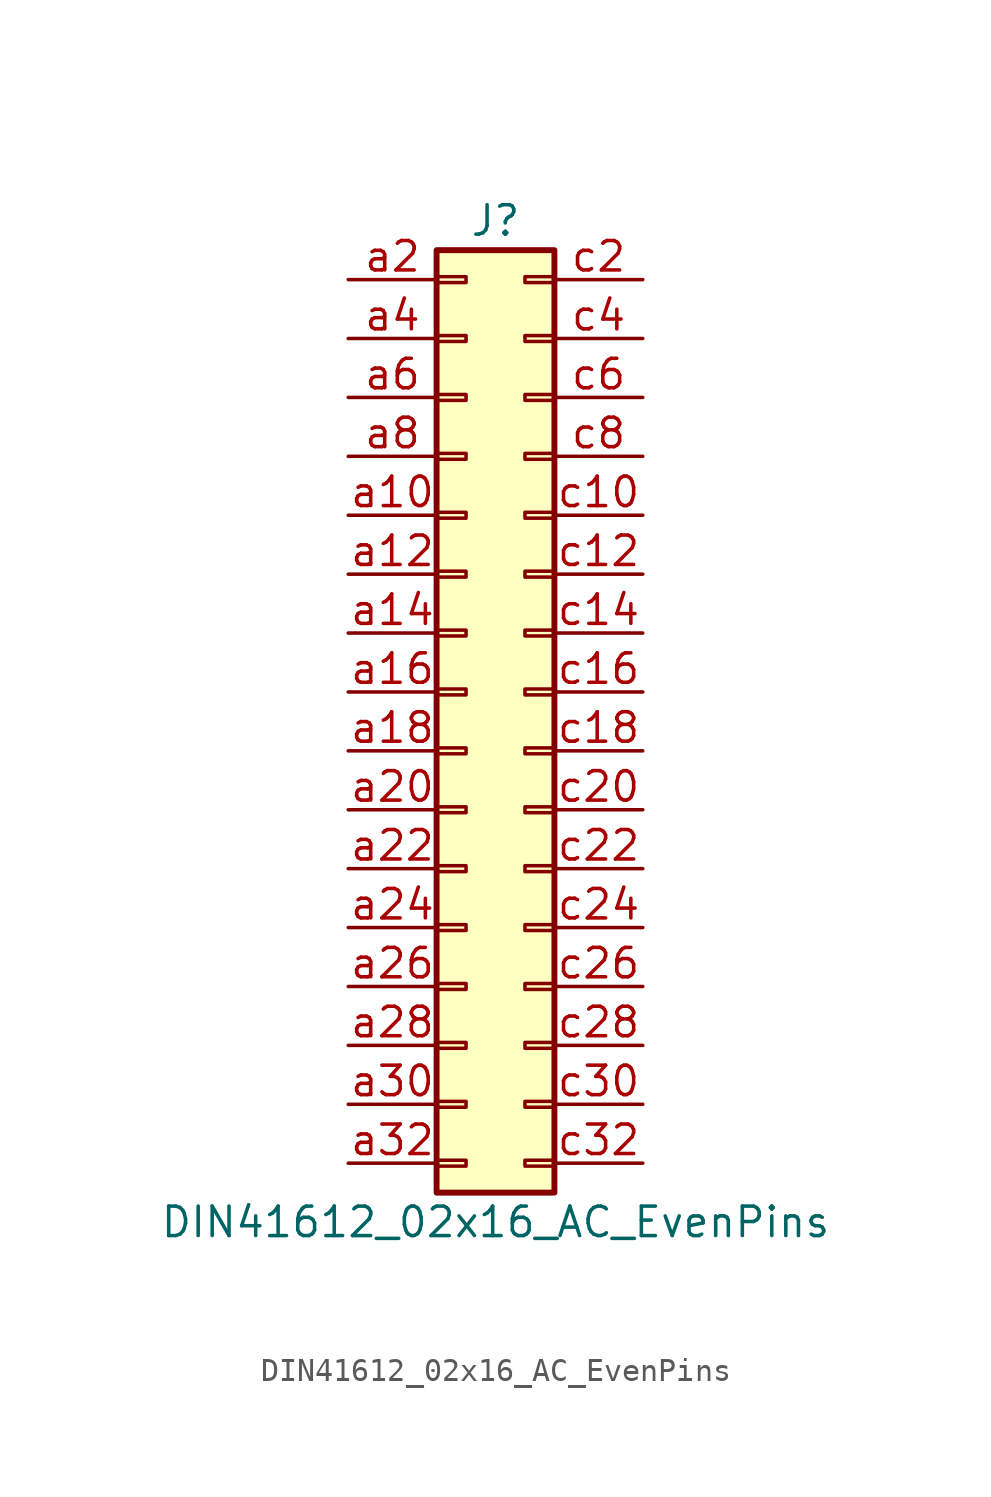
<source format=kicad_sym>
(kicad_symbol_lib
  (version 20201005)
  (generator kicad_symbol_editor)
  (symbol "Connector:DIN41612_02x16_AC_EvenPins"
    (pin_names
      (offset 1.016) hide)
    (property "Reference" "J"
      (at 1.27 20.32 0)
      (effects (font (size 1.27 1.27))))
    (property "Value" "DIN41612_02x16_AC_EvenPins"
      (at 1.27 -22.86 0)
      (effects (font (size 1.27 1.27))))
    (symbol "DIN41612_02x16_AC_EvenPins_1_1"
      (rectangle (start -1.27 -20.193) (end 0 -20.447) (stroke (width 0.152)) (fill (type none)))
      (rectangle (start -1.27 -17.653) (end 0 -17.907) (stroke (width 0.152)) (fill (type none)))
      (rectangle (start -1.27 -15.113) (end 0 -15.367) (stroke (width 0.152)) (fill (type none)))
      (rectangle (start -1.27 -12.573) (end 0 -12.827) (stroke (width 0.152)) (fill (type none)))
      (rectangle (start -1.27 -10.033) (end 0 -10.287) (stroke (width 0.152)) (fill (type none)))
      (rectangle (start -1.27 -7.493) (end 0 -7.747) (stroke (width 0.152)) (fill (type none)))
      (rectangle (start -1.27 -4.953) (end 0 -5.207) (stroke (width 0.152)) (fill (type none)))
      (rectangle (start -1.27 -2.413) (end 0 -2.667) (stroke (width 0.152)) (fill (type none)))
      (rectangle (start -1.27 0.127) (end 0 -0.127) (stroke (width 0.152)) (fill (type none)))
      (rectangle (start -1.27 2.667) (end 0 2.413) (stroke (width 0.152)) (fill (type none)))
      (rectangle (start -1.27 5.207) (end 0 4.953) (stroke (width 0.152)) (fill (type none)))
      (rectangle (start -1.27 7.747) (end 0 7.493) (stroke (width 0.152)) (fill (type none)))
      (rectangle (start -1.27 10.287) (end 0 10.033) (stroke (width 0.152)) (fill (type none)))
      (rectangle (start -1.27 12.827) (end 0 12.573) (stroke (width 0.152)) (fill (type none)))
      (rectangle (start -1.27 15.367) (end 0 15.113) (stroke (width 0.152)) (fill (type none)))
      (rectangle (start -1.27 17.907) (end 0 17.653) (stroke (width 0.152)) (fill (type none)))
      (rectangle (start 3.81 -20.193) (end 2.54 -20.447) (stroke (width 0.152)) (fill (type none)))
      (rectangle (start 3.81 -17.653) (end 2.54 -17.907) (stroke (width 0.152)) (fill (type none)))
      (rectangle (start 3.81 -15.113) (end 2.54 -15.367) (stroke (width 0.152)) (fill (type none)))
      (rectangle (start 3.81 -12.573) (end 2.54 -12.827) (stroke (width 0.152)) (fill (type none)))
      (rectangle (start 3.81 -10.033) (end 2.54 -10.287) (stroke (width 0.152)) (fill (type none)))
      (rectangle (start 3.81 -7.493) (end 2.54 -7.747) (stroke (width 0.152)) (fill (type none)))
      (rectangle (start 3.81 -4.953) (end 2.54 -5.207) (stroke (width 0.152)) (fill (type none)))
      (rectangle (start 3.81 -2.413) (end 2.54 -2.667) (stroke (width 0.152)) (fill (type none)))
      (rectangle (start 3.81 0.127) (end 2.54 -0.127) (stroke (width 0.152)) (fill (type none)))
      (rectangle (start 3.81 2.667) (end 2.54 2.413) (stroke (width 0.152)) (fill (type none)))
      (rectangle (start 3.81 5.207) (end 2.54 4.953) (stroke (width 0.152)) (fill (type none)))
      (rectangle (start 3.81 7.747) (end 2.54 7.493) (stroke (width 0.152)) (fill (type none)))
      (rectangle (start 3.81 10.287) (end 2.54 10.033) (stroke (width 0.152)) (fill (type none)))
      (rectangle (start 3.81 12.827) (end 2.54 12.573) (stroke (width 0.152)) (fill (type none)))
      (rectangle (start 3.81 15.367) (end 2.54 15.113) (stroke (width 0.152)) (fill (type none)))
      (rectangle (start 3.81 17.907) (end 2.54 17.653) (stroke (width 0.152)) (fill (type none)))
      (rectangle (start -1.27 19.05) (end 3.81 -21.59) (stroke (width 0.254)) (fill (type background)))
      (pin passive line (at -5.08 7.62 0) (length 3.81) (name "Pin_a10" (effects (font (size 1.27 1.27)))) (number "a10" (effects (font (size 1.27 1.27)))))
      (pin passive line (at -5.08 5.08 0) (length 3.81) (name "Pin_a12" (effects (font (size 1.27 1.27)))) (number "a12" (effects (font (size 1.27 1.27)))))
      (pin passive line (at -5.08 2.54 0) (length 3.81) (name "Pin_a14" (effects (font (size 1.27 1.27)))) (number "a14" (effects (font (size 1.27 1.27)))))
      (pin passive line (at -5.08 0 0) (length 3.81) (name "Pin_a16" (effects (font (size 1.27 1.27)))) (number "a16" (effects (font (size 1.27 1.27)))))
      (pin passive line (at -5.08 -2.54 0) (length 3.81) (name "Pin_a18" (effects (font (size 1.27 1.27)))) (number "a18" (effects (font (size 1.27 1.27)))))
      (pin passive line (at -5.08 17.78 0) (length 3.81) (name "Pin_a2" (effects (font (size 1.27 1.27)))) (number "a2" (effects (font (size 1.27 1.27)))))
      (pin passive line (at -5.08 -5.08 0) (length 3.81) (name "Pin_a20" (effects (font (size 1.27 1.27)))) (number "a20" (effects (font (size 1.27 1.27)))))
      (pin passive line (at -5.08 -7.62 0) (length 3.81) (name "Pin_a22" (effects (font (size 1.27 1.27)))) (number "a22" (effects (font (size 1.27 1.27)))))
      (pin passive line (at -5.08 -10.16 0) (length 3.81) (name "Pin_a24" (effects (font (size 1.27 1.27)))) (number "a24" (effects (font (size 1.27 1.27)))))
      (pin passive line (at -5.08 -12.7 0) (length 3.81) (name "Pin_a26" (effects (font (size 1.27 1.27)))) (number "a26" (effects (font (size 1.27 1.27)))))
      (pin passive line (at -5.08 -15.24 0) (length 3.81) (name "Pin_a28" (effects (font (size 1.27 1.27)))) (number "a28" (effects (font (size 1.27 1.27)))))
      (pin passive line (at -5.08 -17.78 0) (length 3.81) (name "Pin_a30" (effects (font (size 1.27 1.27)))) (number "a30" (effects (font (size 1.27 1.27)))))
      (pin passive line (at -5.08 -20.32 0) (length 3.81) (name "Pin_a32" (effects (font (size 1.27 1.27)))) (number "a32" (effects (font (size 1.27 1.27)))))
      (pin passive line (at -5.08 15.24 0) (length 3.81) (name "Pin_a4" (effects (font (size 1.27 1.27)))) (number "a4" (effects (font (size 1.27 1.27)))))
      (pin passive line (at -5.08 12.7 0) (length 3.81) (name "Pin_a6" (effects (font (size 1.27 1.27)))) (number "a6" (effects (font (size 1.27 1.27)))))
      (pin passive line (at -5.08 10.16 0) (length 3.81) (name "Pin_a8" (effects (font (size 1.27 1.27)))) (number "a8" (effects (font (size 1.27 1.27)))))
      (pin passive line (at 7.62 7.62 180) (length 3.81) (name "Pin_c10" (effects (font (size 1.27 1.27)))) (number "c10" (effects (font (size 1.27 1.27)))))
      (pin passive line (at 7.62 5.08 180) (length 3.81) (name "Pin_c12" (effects (font (size 1.27 1.27)))) (number "c12" (effects (font (size 1.27 1.27)))))
      (pin passive line (at 7.62 2.54 180) (length 3.81) (name "Pin_c14" (effects (font (size 1.27 1.27)))) (number "c14" (effects (font (size 1.27 1.27)))))
      (pin passive line (at 7.62 0 180) (length 3.81) (name "Pin_c16" (effects (font (size 1.27 1.27)))) (number "c16" (effects (font (size 1.27 1.27)))))
      (pin passive line (at 7.62 -2.54 180) (length 3.81) (name "Pin_c18" (effects (font (size 1.27 1.27)))) (number "c18" (effects (font (size 1.27 1.27)))))
      (pin passive line (at 7.62 17.78 180) (length 3.81) (name "Pin_c2" (effects (font (size 1.27 1.27)))) (number "c2" (effects (font (size 1.27 1.27)))))
      (pin passive line (at 7.62 -5.08 180) (length 3.81) (name "Pin_c20" (effects (font (size 1.27 1.27)))) (number "c20" (effects (font (size 1.27 1.27)))))
      (pin passive line (at 7.62 -7.62 180) (length 3.81) (name "Pin_c22" (effects (font (size 1.27 1.27)))) (number "c22" (effects (font (size 1.27 1.27)))))
      (pin passive line (at 7.62 -10.16 180) (length 3.81) (name "Pin_c24" (effects (font (size 1.27 1.27)))) (number "c24" (effects (font (size 1.27 1.27)))))
      (pin passive line (at 7.62 -12.7 180) (length 3.81) (name "Pin_c26" (effects (font (size 1.27 1.27)))) (number "c26" (effects (font (size 1.27 1.27)))))
      (pin passive line (at 7.62 -15.24 180) (length 3.81) (name "Pin_c28" (effects (font (size 1.27 1.27)))) (number "c28" (effects (font (size 1.27 1.27)))))
      (pin passive line (at 7.62 -17.78 180) (length 3.81) (name "Pin_c30" (effects (font (size 1.27 1.27)))) (number "c30" (effects (font (size 1.27 1.27)))))
      (pin passive line (at 7.62 -20.32 180) (length 3.81) (name "Pin_c32" (effects (font (size 1.27 1.27)))) (number "c32" (effects (font (size 1.27 1.27)))))
      (pin passive line (at 7.62 15.24 180) (length 3.81) (name "Pin_c4" (effects (font (size 1.27 1.27)))) (number "c4" (effects (font (size 1.27 1.27)))))
      (pin passive line (at 7.62 12.7 180) (length 3.81) (name "Pin_c6" (effects (font (size 1.27 1.27)))) (number "c6" (effects (font (size 1.27 1.27)))))
      (pin passive line (at 7.62 10.16 180) (length 3.81) (name "Pin_c8" (effects (font (size 1.27 1.27)))) (number "c8" (effects (font (size 1.27 1.27))))))))
</source>
